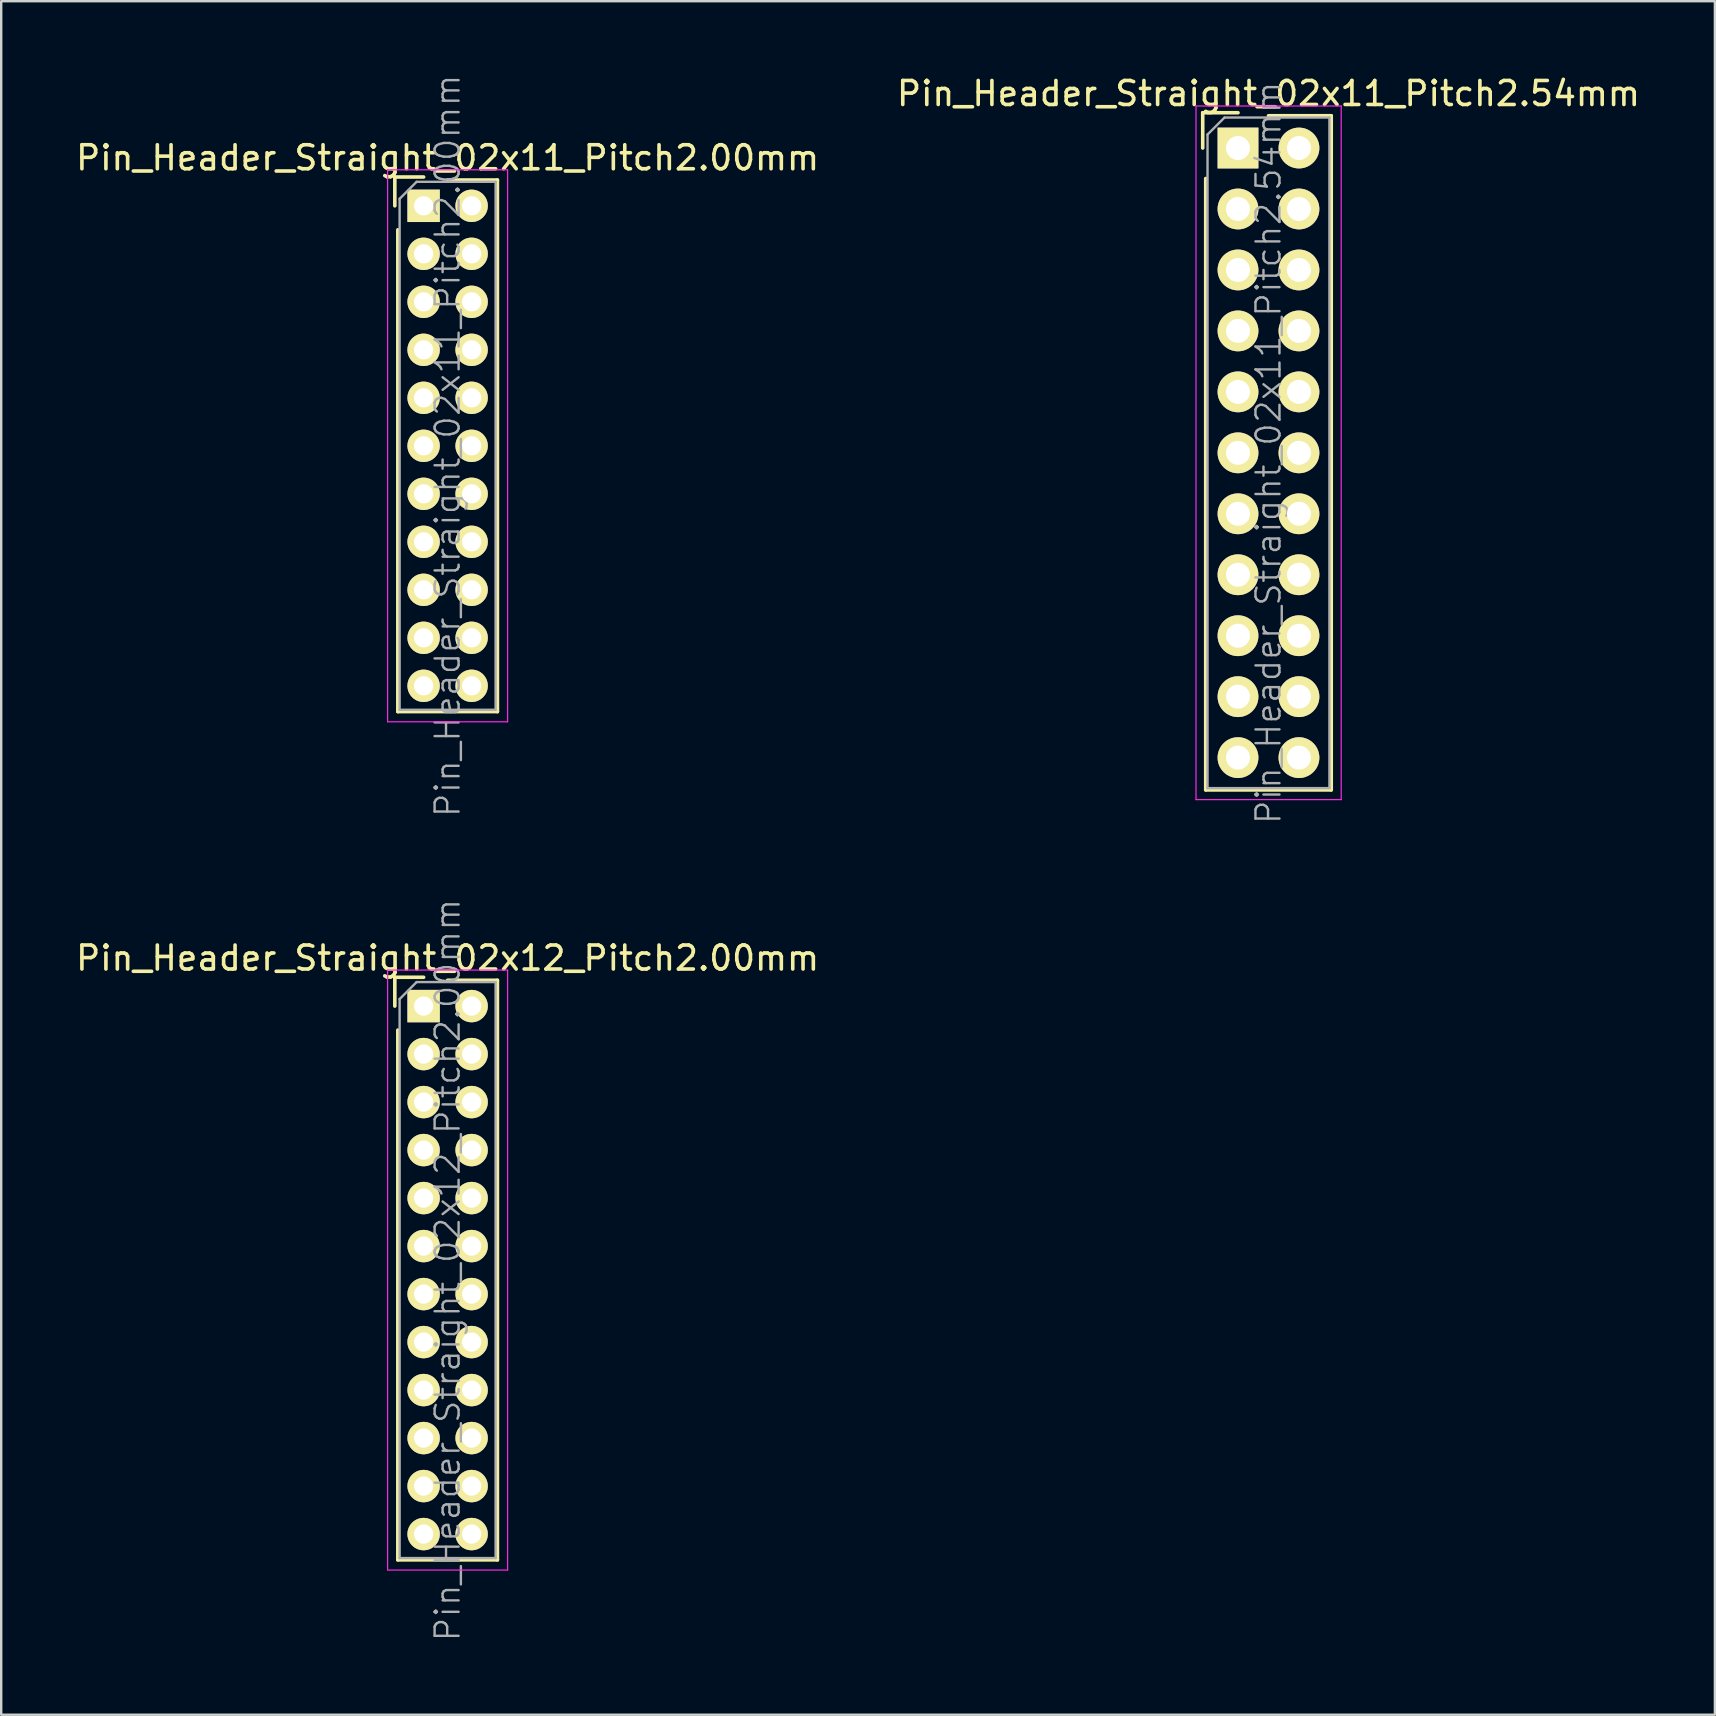
<source format=kicad_pcb>
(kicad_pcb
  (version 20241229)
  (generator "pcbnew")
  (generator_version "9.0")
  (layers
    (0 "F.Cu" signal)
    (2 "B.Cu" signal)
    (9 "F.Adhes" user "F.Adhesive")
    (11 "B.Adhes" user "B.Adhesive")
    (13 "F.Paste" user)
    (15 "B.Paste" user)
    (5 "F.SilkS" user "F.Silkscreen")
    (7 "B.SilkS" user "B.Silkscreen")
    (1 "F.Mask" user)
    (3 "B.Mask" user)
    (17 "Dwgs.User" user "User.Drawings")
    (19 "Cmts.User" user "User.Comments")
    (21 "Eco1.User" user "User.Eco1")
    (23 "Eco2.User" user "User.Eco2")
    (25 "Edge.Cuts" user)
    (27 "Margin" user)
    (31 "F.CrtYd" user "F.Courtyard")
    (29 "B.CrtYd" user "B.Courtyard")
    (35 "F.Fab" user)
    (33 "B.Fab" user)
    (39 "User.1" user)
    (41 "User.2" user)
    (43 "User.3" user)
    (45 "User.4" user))
  (footprint "Pin_Header_Straight_02x12_Pitch2.00mm"
    (layer "F.Cu")
    (at 14.601 38.871)
    (property "Reference" "Pin_Header_Straight_02x12_Pitch2.00mm" (at 1 -2 0) (layer "F.SilkS") (effects (font (size 1 1) (thickness 0.15))))
    (attr smd)
    (fp_line (start -1.2 -1.2) (end -1.2 0) (stroke (width 0.15) (type solid)) (layer "F.SilkS"))
    (fp_line (start -1.2 -1.2) (end 0 -1.2) (stroke (width 0.15) (type solid)) (layer "F.SilkS"))
    (fp_line (start -1.075 1) (end -1.075 23.075) (stroke (width 0.15) (type solid)) (layer "F.SilkS"))
    (fp_line (start -1.075 23.075) (end 3.075 23.075) (stroke (width 0.15) (type solid)) (layer "F.SilkS"))
    (fp_line (start 1 -1.075) (end 3.075 -1.075) (stroke (width 0.15) (type solid)) (layer "F.SilkS"))
    (fp_line (start 3.075 -1.075) (end 3.075 23.075) (stroke (width 0.15) (type solid)) (layer "F.SilkS"))
    (fp_line (start -1.5 -1.5) (end -1.5 23.5) (stroke (width 0.05) (type solid)) (layer "F.CrtYd"))
    (fp_line (start 3.5 -1.5) (end -1.5 -1.5) (stroke (width 0.05) (type solid)) (layer "F.CrtYd"))
    (fp_line (start 3.5 -1.5) (end 3.5 23.5) (stroke (width 0.05) (type solid)) (layer "F.CrtYd"))
    (fp_line (start 3.5 23.5) (end -1.5 23.5) (stroke (width 0.05) (type solid)) (layer "F.CrtYd"))
    (fp_line (start -1 -0.293) (end -0.293 -1) (stroke (width 0.1) (type solid)) (layer "F.Fab"))
    (fp_line (start -1 23) (end -1 -0.293) (stroke (width 0.1) (type solid)) (layer "F.Fab"))
    (fp_line (start 3 -1) (end -0.293 -1) (stroke (width 0.1) (type solid)) (layer "F.Fab"))
    (fp_line (start 3 23) (end -1 23) (stroke (width 0.1) (type solid)) (layer "F.Fab"))
    (fp_line (start 3 23) (end 3 -1) (stroke (width 0.1) (type solid)) (layer "F.Fab"))
    (fp_text user "${REFERENCE}" (at 1 11 90) (layer "F.Fab") (effects (font (size 1 1) (thickness 0.1))))
    (pad "1" thru_hole rect (at 0 0) (size 1.35 1.35) (drill 0.8) (layers "*.Cu" "*.Mask" "F.SilkS"))
    (pad "2" thru_hole oval (at 2 0) (size 1.35 1.35) (drill 0.8) (layers "*.Cu" "*.Mask" "F.SilkS"))
    (pad "3" thru_hole oval (at 0 2) (size 1.35 1.35) (drill 0.8) (layers "*.Cu" "*.Mask" "F.SilkS"))
    (pad "4" thru_hole oval (at 2 2) (size 1.35 1.35) (drill 0.8) (layers "*.Cu" "*.Mask" "F.SilkS"))
    (pad "5" thru_hole oval (at 0 4) (size 1.35 1.35) (drill 0.8) (layers "*.Cu" "*.Mask" "F.SilkS"))
    (pad "6" thru_hole oval (at 2 4) (size 1.35 1.35) (drill 0.8) (layers "*.Cu" "*.Mask" "F.SilkS"))
    (pad "7" thru_hole oval (at 0 6) (size 1.35 1.35) (drill 0.8) (layers "*.Cu" "*.Mask" "F.SilkS"))
    (pad "8" thru_hole oval (at 2 6) (size 1.35 1.35) (drill 0.8) (layers "*.Cu" "*.Mask" "F.SilkS"))
    (pad "9" thru_hole oval (at 0 8) (size 1.35 1.35) (drill 0.8) (layers "*.Cu" "*.Mask" "F.SilkS"))
    (pad "10" thru_hole oval (at 2 8) (size 1.35 1.35) (drill 0.8) (layers "*.Cu" "*.Mask" "F.SilkS"))
    (pad "11" thru_hole oval (at 0 10) (size 1.35 1.35) (drill 0.8) (layers "*.Cu" "*.Mask" "F.SilkS"))
    (pad "12" thru_hole oval (at 2 10) (size 1.35 1.35) (drill 0.8) (layers "*.Cu" "*.Mask" "F.SilkS"))
    (pad "13" thru_hole oval (at 0 12) (size 1.35 1.35) (drill 0.8) (layers "*.Cu" "*.Mask" "F.SilkS"))
    (pad "14" thru_hole oval (at 2 12) (size 1.35 1.35) (drill 0.8) (layers "*.Cu" "*.Mask" "F.SilkS"))
    (pad "15" thru_hole oval (at 0 14) (size 1.35 1.35) (drill 0.8) (layers "*.Cu" "*.Mask" "F.SilkS"))
    (pad "16" thru_hole oval (at 2 14) (size 1.35 1.35) (drill 0.8) (layers "*.Cu" "*.Mask" "F.SilkS"))
    (pad "17" thru_hole oval (at 0 16) (size 1.35 1.35) (drill 0.8) (layers "*.Cu" "*.Mask" "F.SilkS"))
    (pad "18" thru_hole oval (at 2 16) (size 1.35 1.35) (drill 0.8) (layers "*.Cu" "*.Mask" "F.SilkS"))
    (pad "19" thru_hole oval (at 0 18) (size 1.35 1.35) (drill 0.8) (layers "*.Cu" "*.Mask" "F.SilkS"))
    (pad "20" thru_hole oval (at 2 18) (size 1.35 1.35) (drill 0.8) (layers "*.Cu" "*.Mask" "F.SilkS"))
    (pad "21" thru_hole oval (at 0 20) (size 1.35 1.35) (drill 0.8) (layers "*.Cu" "*.Mask" "F.SilkS"))
    (pad "22" thru_hole oval (at 2 20) (size 1.35 1.35) (drill 0.8) (layers "*.Cu" "*.Mask" "F.SilkS"))
    (pad "23" thru_hole oval (at 0 22) (size 1.35 1.35) (drill 0.8) (layers "*.Cu" "*.Mask" "F.SilkS"))
    (pad "24" thru_hole oval (at 2 22) (size 1.35 1.35) (drill 0.8) (layers "*.Cu" "*.Mask" "F.SilkS")))
  (footprint "Pin_Header_Straight_02x11_Pitch2.00mm"
    (layer "F.Cu")
    (at 14.601 5.526)
    (property "Reference" "Pin_Header_Straight_02x11_Pitch2.00mm" (at 1 -2 0) (layer "F.SilkS") (effects (font (size 1 1) (thickness 0.15))))
    (attr smd)
    (fp_line (start -1.2 -1.2) (end -1.2 0) (stroke (width 0.15) (type solid)) (layer "F.SilkS"))
    (fp_line (start -1.2 -1.2) (end 0 -1.2) (stroke (width 0.15) (type solid)) (layer "F.SilkS"))
    (fp_line (start -1.075 1) (end -1.075 21.075) (stroke (width 0.15) (type solid)) (layer "F.SilkS"))
    (fp_line (start -1.075 21.075) (end 3.075 21.075) (stroke (width 0.15) (type solid)) (layer "F.SilkS"))
    (fp_line (start 1 -1.075) (end 3.075 -1.075) (stroke (width 0.15) (type solid)) (layer "F.SilkS"))
    (fp_line (start 3.075 -1.075) (end 3.075 21.075) (stroke (width 0.15) (type solid)) (layer "F.SilkS"))
    (fp_line (start -1.5 -1.5) (end -1.5 21.5) (stroke (width 0.05) (type solid)) (layer "F.CrtYd"))
    (fp_line (start 3.5 -1.5) (end -1.5 -1.5) (stroke (width 0.05) (type solid)) (layer "F.CrtYd"))
    (fp_line (start 3.5 -1.5) (end 3.5 21.5) (stroke (width 0.05) (type solid)) (layer "F.CrtYd"))
    (fp_line (start 3.5 21.5) (end -1.5 21.5) (stroke (width 0.05) (type solid)) (layer "F.CrtYd"))
    (fp_line (start -1 -0.293) (end -0.293 -1) (stroke (width 0.1) (type solid)) (layer "F.Fab"))
    (fp_line (start -1 21) (end -1 -0.293) (stroke (width 0.1) (type solid)) (layer "F.Fab"))
    (fp_line (start 3 -1) (end -0.293 -1) (stroke (width 0.1) (type solid)) (layer "F.Fab"))
    (fp_line (start 3 21) (end -1 21) (stroke (width 0.1) (type solid)) (layer "F.Fab"))
    (fp_line (start 3 21) (end 3 -1) (stroke (width 0.1) (type solid)) (layer "F.Fab"))
    (fp_text user "${REFERENCE}" (at 1 10 90) (layer "F.Fab") (effects (font (size 1 1) (thickness 0.1))))
    (pad "1" thru_hole rect (at 0 0) (size 1.35 1.35) (drill 0.8) (layers "*.Cu" "*.Mask" "F.SilkS"))
    (pad "2" thru_hole oval (at 2 0) (size 1.35 1.35) (drill 0.8) (layers "*.Cu" "*.Mask" "F.SilkS"))
    (pad "3" thru_hole oval (at 0 2) (size 1.35 1.35) (drill 0.8) (layers "*.Cu" "*.Mask" "F.SilkS"))
    (pad "4" thru_hole oval (at 2 2) (size 1.35 1.35) (drill 0.8) (layers "*.Cu" "*.Mask" "F.SilkS"))
    (pad "5" thru_hole oval (at 0 4) (size 1.35 1.35) (drill 0.8) (layers "*.Cu" "*.Mask" "F.SilkS"))
    (pad "6" thru_hole oval (at 2 4) (size 1.35 1.35) (drill 0.8) (layers "*.Cu" "*.Mask" "F.SilkS"))
    (pad "7" thru_hole oval (at 0 6) (size 1.35 1.35) (drill 0.8) (layers "*.Cu" "*.Mask" "F.SilkS"))
    (pad "8" thru_hole oval (at 2 6) (size 1.35 1.35) (drill 0.8) (layers "*.Cu" "*.Mask" "F.SilkS"))
    (pad "9" thru_hole oval (at 0 8) (size 1.35 1.35) (drill 0.8) (layers "*.Cu" "*.Mask" "F.SilkS"))
    (pad "10" thru_hole oval (at 2 8) (size 1.35 1.35) (drill 0.8) (layers "*.Cu" "*.Mask" "F.SilkS"))
    (pad "11" thru_hole oval (at 0 10) (size 1.35 1.35) (drill 0.8) (layers "*.Cu" "*.Mask" "F.SilkS"))
    (pad "12" thru_hole oval (at 2 10) (size 1.35 1.35) (drill 0.8) (layers "*.Cu" "*.Mask" "F.SilkS"))
    (pad "13" thru_hole oval (at 0 12) (size 1.35 1.35) (drill 0.8) (layers "*.Cu" "*.Mask" "F.SilkS"))
    (pad "14" thru_hole oval (at 2 12) (size 1.35 1.35) (drill 0.8) (layers "*.Cu" "*.Mask" "F.SilkS"))
    (pad "15" thru_hole oval (at 0 14) (size 1.35 1.35) (drill 0.8) (layers "*.Cu" "*.Mask" "F.SilkS"))
    (pad "16" thru_hole oval (at 2 14) (size 1.35 1.35) (drill 0.8) (layers "*.Cu" "*.Mask" "F.SilkS"))
    (pad "17" thru_hole oval (at 0 16) (size 1.35 1.35) (drill 0.8) (layers "*.Cu" "*.Mask" "F.SilkS"))
    (pad "18" thru_hole oval (at 2 16) (size 1.35 1.35) (drill 0.8) (layers "*.Cu" "*.Mask" "F.SilkS"))
    (pad "19" thru_hole oval (at 0 18) (size 1.35 1.35) (drill 0.8) (layers "*.Cu" "*.Mask" "F.SilkS"))
    (pad "20" thru_hole oval (at 2 18) (size 1.35 1.35) (drill 0.8) (layers "*.Cu" "*.Mask" "F.SilkS"))
    (pad "21" thru_hole oval (at 0 20) (size 1.35 1.35) (drill 0.8) (layers "*.Cu" "*.Mask" "F.SilkS"))
    (pad "22" thru_hole oval (at 2 20) (size 1.35 1.35) (drill 0.8) (layers "*.Cu" "*.Mask" "F.SilkS")))
  (footprint "Pin_Header_Straight_02x11_Pitch2.54mm"
    (layer "F.Cu")
    (at 48.534 3.118)
    (property "Reference" "Pin_Header_Straight_02x11_Pitch2.54mm" (at 1.27 -2.27 0) (layer "F.SilkS") (effects (font (size 1 1) (thickness 0.15))))
    (attr smd)
    (fp_line (start -1.47 -1.47) (end -1.47 0) (stroke (width 0.15) (type solid)) (layer "F.SilkS"))
    (fp_line (start -1.47 -1.47) (end 0 -1.47) (stroke (width 0.15) (type solid)) (layer "F.SilkS"))
    (fp_line (start -1.345 1.27) (end -1.345 26.745) (stroke (width 0.15) (type solid)) (layer "F.SilkS"))
    (fp_line (start -1.345 26.745) (end 3.885 26.745) (stroke (width 0.15) (type solid)) (layer "F.SilkS"))
    (fp_line (start 1.27 -1.345) (end 3.885 -1.345) (stroke (width 0.15) (type solid)) (layer "F.SilkS"))
    (fp_line (start 3.885 -1.345) (end 3.885 26.745) (stroke (width 0.15) (type solid)) (layer "F.SilkS"))
    (fp_line (start -1.75 -1.75) (end -1.75 27.15) (stroke (width 0.05) (type solid)) (layer "F.CrtYd"))
    (fp_line (start 4.3 -1.75) (end -1.75 -1.75) (stroke (width 0.05) (type solid)) (layer "F.CrtYd"))
    (fp_line (start 4.3 -1.75) (end 4.3 27.15) (stroke (width 0.05) (type solid)) (layer "F.CrtYd"))
    (fp_line (start 4.3 27.15) (end -1.75 27.15) (stroke (width 0.05) (type solid)) (layer "F.CrtYd"))
    (fp_line (start -1.27 -0.563) (end -0.563 -1.27) (stroke (width 0.1) (type solid)) (layer "F.Fab"))
    (fp_line (start -1.27 26.67) (end -1.27 -0.563) (stroke (width 0.1) (type solid)) (layer "F.Fab"))
    (fp_line (start 3.81 -1.27) (end -0.563 -1.27) (stroke (width 0.1) (type solid)) (layer "F.Fab"))
    (fp_line (start 3.81 26.67) (end -1.27 26.67) (stroke (width 0.1) (type solid)) (layer "F.Fab"))
    (fp_line (start 3.81 26.67) (end 3.81 -1.27) (stroke (width 0.1) (type solid)) (layer "F.Fab"))
    (fp_text user "${REFERENCE}" (at 1.27 12.7 90) (layer "F.Fab") (effects (font (size 1 1) (thickness 0.1))))
    (pad "1" thru_hole rect (at 0 0) (size 1.7 1.7) (drill 1) (layers "*.Cu" "*.Mask" "F.SilkS"))
    (pad "2" thru_hole oval (at 2.54 0) (size 1.7 1.7) (drill 1) (layers "*.Cu" "*.Mask" "F.SilkS"))
    (pad "3" thru_hole oval (at 0 2.54) (size 1.7 1.7) (drill 1) (layers "*.Cu" "*.Mask" "F.SilkS"))
    (pad "4" thru_hole oval (at 2.54 2.54) (size 1.7 1.7) (drill 1) (layers "*.Cu" "*.Mask" "F.SilkS"))
    (pad "5" thru_hole oval (at 0 5.08) (size 1.7 1.7) (drill 1) (layers "*.Cu" "*.Mask" "F.SilkS"))
    (pad "6" thru_hole oval (at 2.54 5.08) (size 1.7 1.7) (drill 1) (layers "*.Cu" "*.Mask" "F.SilkS"))
    (pad "7" thru_hole oval (at 0 7.62) (size 1.7 1.7) (drill 1) (layers "*.Cu" "*.Mask" "F.SilkS"))
    (pad "8" thru_hole oval (at 2.54 7.62) (size 1.7 1.7) (drill 1) (layers "*.Cu" "*.Mask" "F.SilkS"))
    (pad "9" thru_hole oval (at 0 10.16) (size 1.7 1.7) (drill 1) (layers "*.Cu" "*.Mask" "F.SilkS"))
    (pad "10" thru_hole oval (at 2.54 10.16) (size 1.7 1.7) (drill 1) (layers "*.Cu" "*.Mask" "F.SilkS"))
    (pad "11" thru_hole oval (at 0 12.7) (size 1.7 1.7) (drill 1) (layers "*.Cu" "*.Mask" "F.SilkS"))
    (pad "12" thru_hole oval (at 2.54 12.7) (size 1.7 1.7) (drill 1) (layers "*.Cu" "*.Mask" "F.SilkS"))
    (pad "13" thru_hole oval (at 0 15.24) (size 1.7 1.7) (drill 1) (layers "*.Cu" "*.Mask" "F.SilkS"))
    (pad "14" thru_hole oval (at 2.54 15.24) (size 1.7 1.7) (drill 1) (layers "*.Cu" "*.Mask" "F.SilkS"))
    (pad "15" thru_hole oval (at 0 17.78) (size 1.7 1.7) (drill 1) (layers "*.Cu" "*.Mask" "F.SilkS"))
    (pad "16" thru_hole oval (at 2.54 17.78) (size 1.7 1.7) (drill 1) (layers "*.Cu" "*.Mask" "F.SilkS"))
    (pad "17" thru_hole oval (at 0 20.32) (size 1.7 1.7) (drill 1) (layers "*.Cu" "*.Mask" "F.SilkS"))
    (pad "18" thru_hole oval (at 2.54 20.32) (size 1.7 1.7) (drill 1) (layers "*.Cu" "*.Mask" "F.SilkS"))
    (pad "19" thru_hole oval (at 0 22.86) (size 1.7 1.7) (drill 1) (layers "*.Cu" "*.Mask" "F.SilkS"))
    (pad "20" thru_hole oval (at 2.54 22.86) (size 1.7 1.7) (drill 1) (layers "*.Cu" "*.Mask" "F.SilkS"))
    (pad "21" thru_hole oval (at 0 25.4) (size 1.7 1.7) (drill 1) (layers "*.Cu" "*.Mask" "F.SilkS"))
    (pad "22" thru_hole oval (at 2.54 25.4) (size 1.7 1.7) (drill 1) (layers "*.Cu" "*.Mask" "F.SilkS")))
  (gr_rect
    (start -3 -3)
    (end 68.405 68.397)
    (stroke (width 0.1) (type default))
    (fill no)
    (layer "Edge.Cuts")))
</source>
